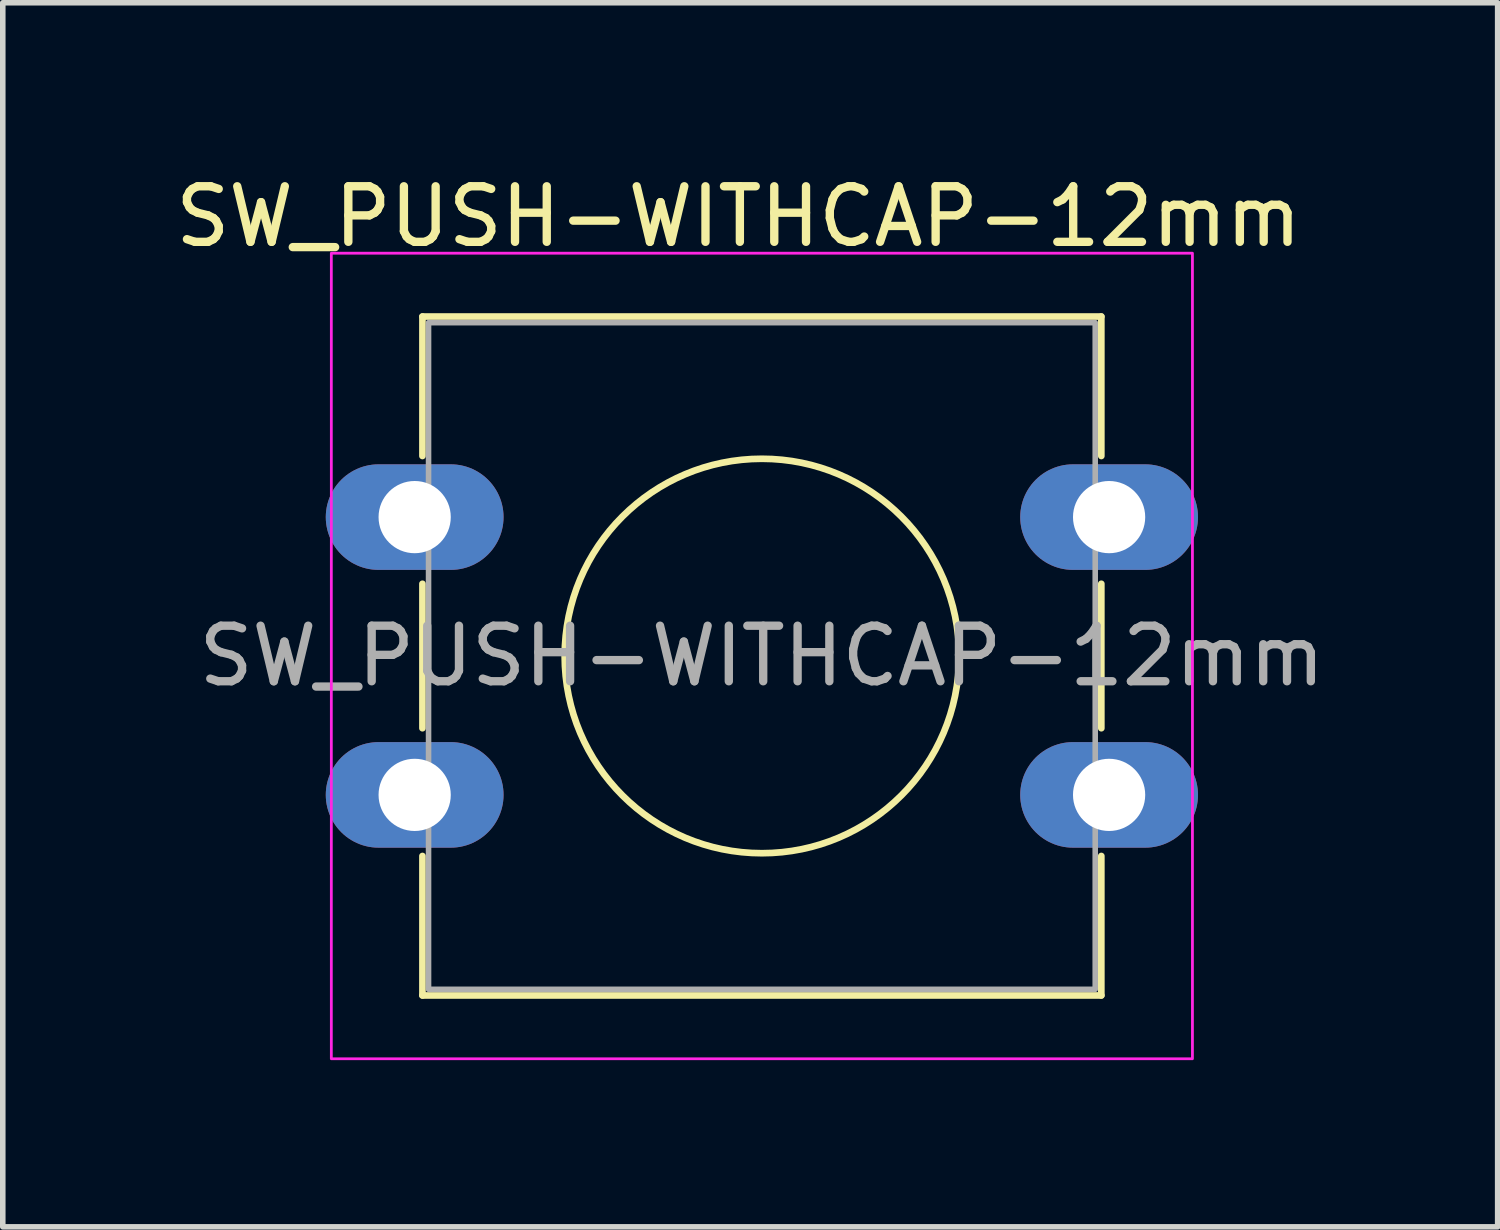
<source format=kicad_pcb>
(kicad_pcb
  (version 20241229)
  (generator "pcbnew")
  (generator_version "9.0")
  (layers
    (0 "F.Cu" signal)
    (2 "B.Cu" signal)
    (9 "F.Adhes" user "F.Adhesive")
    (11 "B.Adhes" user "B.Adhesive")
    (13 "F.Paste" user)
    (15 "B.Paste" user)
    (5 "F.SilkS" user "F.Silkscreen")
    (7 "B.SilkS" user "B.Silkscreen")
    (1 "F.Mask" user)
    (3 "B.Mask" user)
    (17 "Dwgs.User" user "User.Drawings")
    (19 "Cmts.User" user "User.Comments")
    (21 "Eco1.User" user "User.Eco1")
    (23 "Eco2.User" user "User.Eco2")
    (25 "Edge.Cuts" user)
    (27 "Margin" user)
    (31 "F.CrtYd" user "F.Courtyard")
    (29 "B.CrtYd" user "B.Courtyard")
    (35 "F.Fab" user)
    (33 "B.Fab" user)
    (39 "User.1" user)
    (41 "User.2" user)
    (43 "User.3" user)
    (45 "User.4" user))
  (footprint "SW_PUSH-WITHCAP-12mm"
    (layer "F.Cu")
    (at 4.414 6.258)
    (property "Reference" "SW_PUSH-WITHCAP-12mm" (at 5.83 -5.41 0) (layer "F.SilkS") (effects (font (size 1 1) (thickness 0.15))))
    (attr through_hole)
    (fp_line (start 0.14 -3.61) (end 0.14 -1.1) (stroke (width 0.12) (type default)) (layer "F.SilkS"))
    (fp_line (start 0.14 -3.61) (end 12.36 -3.61) (stroke (width 0.12) (type default)) (layer "F.SilkS"))
    (fp_line (start 0.14 1.2) (end 0.14 3.8) (stroke (width 0.12) (type default)) (layer "F.SilkS"))
    (fp_line (start 0.14 6.1) (end 0.14 8.61) (stroke (width 0.12) (type default)) (layer "F.SilkS"))
    (fp_line (start 12.36 -3.61) (end 12.36 -1.1) (stroke (width 0.12) (type default)) (layer "F.SilkS"))
    (fp_line (start 12.36 1.2) (end 12.36 3.8) (stroke (width 0.12) (type default)) (layer "F.SilkS"))
    (fp_line (start 12.36 6.1) (end 12.36 8.61) (stroke (width 0.12) (type default)) (layer "F.SilkS"))
    (fp_line (start 12.36 8.61) (end 0.14 8.61) (stroke (width 0.12) (type default)) (layer "F.SilkS"))
    (fp_circle (center 6.25 2.5) (end 9.8 2.5) (stroke (width 0.12) (type default)) (fill no) (layer "F.SilkS"))
    (fp_rect (start -1.5 -4.75) (end 14 9.75) (stroke (width 0.05) (type default)) (fill no) (layer "F.CrtYd"))
    (fp_rect (start 0.25 -3.5) (end 12.25 8.5) (stroke (width 0.1) (type default)) (fill no) (layer "F.Fab"))
    (fp_text user "${REFERENCE}" (at 6.25 2.5 0) (layer "F.Fab") (effects (font (size 1 1) (thickness 0.15))))
    (pad "1" thru_hole oval (at 0 0) (size 3.2 1.9) (drill 1.3) (layers "*.Cu" "*.Mask"))
    (pad "1" thru_hole oval (at 12.5 0) (size 3.2 1.9) (drill 1.3) (layers "*.Cu" "*.Mask"))
    (pad "2" thru_hole oval (at 0 5) (size 3.2 1.9) (drill 1.3) (layers "*.Cu" "*.Mask"))
    (pad "2" thru_hole oval (at 12.5 5) (size 3.2 1.9) (drill 1.3) (layers "*.Cu" "*.Mask")))
  (gr_rect
    (start -3 -3)
    (end 23.908 19.033)
    (stroke (width 0.1) (type default))
    (fill no)
    (layer "Edge.Cuts")))
</source>
